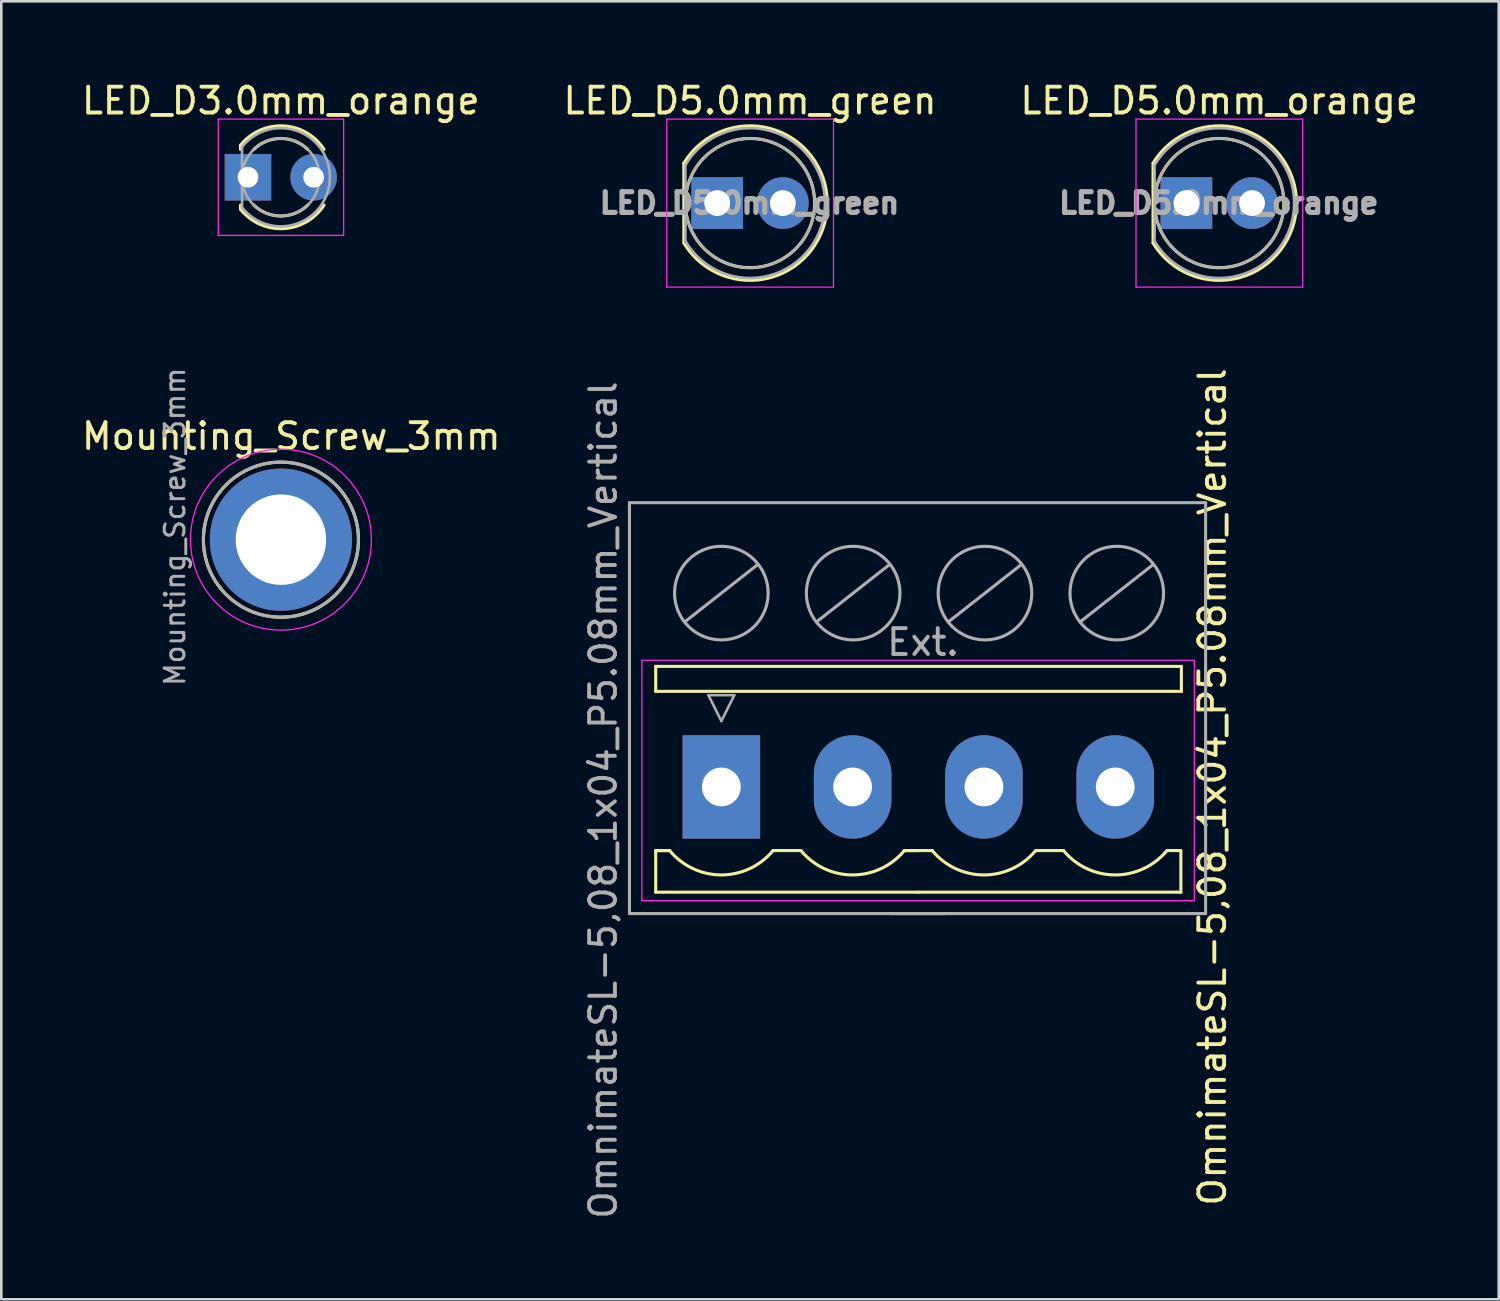
<source format=kicad_pcb>
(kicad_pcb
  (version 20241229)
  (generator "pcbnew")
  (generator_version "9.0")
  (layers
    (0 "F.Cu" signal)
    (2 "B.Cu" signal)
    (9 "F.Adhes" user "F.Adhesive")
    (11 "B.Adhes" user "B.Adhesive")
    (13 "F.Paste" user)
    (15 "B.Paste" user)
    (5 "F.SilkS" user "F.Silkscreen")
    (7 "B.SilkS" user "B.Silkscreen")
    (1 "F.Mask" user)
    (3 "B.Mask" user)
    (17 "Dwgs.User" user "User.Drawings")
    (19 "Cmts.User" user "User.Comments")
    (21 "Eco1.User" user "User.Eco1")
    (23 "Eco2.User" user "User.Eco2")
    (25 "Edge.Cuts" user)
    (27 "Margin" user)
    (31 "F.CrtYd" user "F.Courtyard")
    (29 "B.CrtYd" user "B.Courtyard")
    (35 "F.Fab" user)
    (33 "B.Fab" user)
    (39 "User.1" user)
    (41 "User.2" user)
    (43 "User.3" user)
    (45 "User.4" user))
  (footprint "LED_D5.0mm_orange"
    (layer "F.Cu")
    (at 42.855 4.808)
    (property "Reference" "LED_D5.0mm_orange" (at 1.27 -3.96 0) (layer "F.SilkS") (effects (font (size 1 1) (thickness 0.15))))
    (attr through_hole)
    (fp_line (start -1.29 -1.545) (end -1.29 1.545) (stroke (width 0.12) (type solid)) (layer "F.SilkS"))
    (fp_arc (start -1.29 -1.54483) (mid 2.072002 -2.880433) (end 4.26 0.000462) (stroke (width 0.12) (type solid)) (layer "F.SilkS"))
    (fp_arc (start 4.26 -0.000462) (mid 2.072002 2.880433) (end -1.29 1.54483) (stroke (width 0.12) (type solid)) (layer "F.SilkS"))
    (fp_circle (center 1.27 0) (end 3.77 0) (stroke (width 0.12) (type solid)) (fill no) (layer "F.SilkS"))
    (fp_line (start -1.95 -3.25) (end -1.95 3.25) (stroke (width 0.05) (type solid)) (layer "F.CrtYd"))
    (fp_line (start -1.95 3.25) (end 4.5 3.25) (stroke (width 0.05) (type solid)) (layer "F.CrtYd"))
    (fp_line (start 4.5 -3.25) (end -1.95 -3.25) (stroke (width 0.05) (type solid)) (layer "F.CrtYd"))
    (fp_line (start 4.5 3.25) (end 4.5 -3.25) (stroke (width 0.05) (type solid)) (layer "F.CrtYd"))
    (fp_line (start -1.23 -1.47) (end -1.23 1.47) (stroke (width 0.1) (type solid)) (layer "F.Fab"))
    (fp_arc (start -1.23 -1.469694) (mid 4.17 0.000016) (end -1.230016 1.469666) (stroke (width 0.1) (type solid)) (layer "F.Fab"))
    (fp_circle (center 1.27 0) (end 3.77 0) (stroke (width 0.1) (type solid)) (fill no) (layer "F.Fab"))
    (fp_text user "${REFERENCE}" (at 1.25 0 0) (layer "F.Fab") (effects (font (size 0.8 0.8) (thickness 0.2))))
    (pad "1" thru_hole rect (at 0 0) (size 2 2) (drill 1) (layers "*.Cu" "*.Mask"))
    (pad "2" thru_hole circle (at 2.54 0) (size 2 2) (drill 1) (layers "*.Cu" "*.Mask")))
  (footprint "LED_D5.0mm_green"
    (layer "F.Cu")
    (at 24.7 4.808)
    (property "Reference" "LED_D5.0mm_green" (at 1.27 -3.96 0) (layer "F.SilkS") (effects (font (size 1 1) (thickness 0.15))))
    (attr through_hole)
    (fp_line (start -1.29 -1.545) (end -1.29 1.545) (stroke (width 0.12) (type solid)) (layer "F.SilkS"))
    (fp_arc (start -1.29 -1.54483) (mid 2.072002 -2.880433) (end 4.26 0.000462) (stroke (width 0.12) (type solid)) (layer "F.SilkS"))
    (fp_arc (start 4.26 -0.000462) (mid 2.072002 2.880433) (end -1.29 1.54483) (stroke (width 0.12) (type solid)) (layer "F.SilkS"))
    (fp_circle (center 1.27 0) (end 3.77 0) (stroke (width 0.12) (type solid)) (fill no) (layer "F.SilkS"))
    (fp_line (start -1.95 -3.25) (end -1.95 3.25) (stroke (width 0.05) (type solid)) (layer "F.CrtYd"))
    (fp_line (start -1.95 3.25) (end 4.5 3.25) (stroke (width 0.05) (type solid)) (layer "F.CrtYd"))
    (fp_line (start 4.5 -3.25) (end -1.95 -3.25) (stroke (width 0.05) (type solid)) (layer "F.CrtYd"))
    (fp_line (start 4.5 3.25) (end 4.5 -3.25) (stroke (width 0.05) (type solid)) (layer "F.CrtYd"))
    (fp_line (start -1.23 -1.47) (end -1.23 1.47) (stroke (width 0.1) (type solid)) (layer "F.Fab"))
    (fp_arc (start -1.23 -1.469694) (mid 4.17 0.000016) (end -1.230016 1.469666) (stroke (width 0.1) (type solid)) (layer "F.Fab"))
    (fp_circle (center 1.27 0) (end 3.77 0) (stroke (width 0.1) (type solid)) (fill no) (layer "F.Fab"))
    (fp_text user "${REFERENCE}" (at 1.25 0 0) (layer "F.Fab") (effects (font (size 0.8 0.8) (thickness 0.2))))
    (pad "1" thru_hole rect (at 0 0) (size 2 2) (drill 1) (layers "*.Cu" "*.Mask"))
    (pad "2" thru_hole circle (at 2.54 0) (size 2 2) (drill 1) (layers "*.Cu" "*.Mask")))
  (footprint "Mounting_Screw_3mm"
    (layer "F.Cu")
    (at 7.82 17.831)
    (property "Reference" "Mounting_Screw_3mm" (at 0.4 -4 0) (layer "F.SilkS") (effects (font (size 1 1) (thickness 0.15))))
    (attr through_hole)
    (fp_circle (center 0 0) (end 3 0) (stroke (width 0.12) (type solid)) (fill no) (layer "F.SilkS"))
    (fp_circle (center 0 0) (end 3.5 0) (stroke (width 0.05) (type solid)) (fill no) (layer "F.CrtYd"))
    (fp_circle (center 0 0) (end 3 0) (stroke (width 0.12) (type solid)) (fill no) (layer "F.Fab"))
    (fp_text user "${REFERENCE}" (at -4.1 -0.5 90) (layer "F.Fab") (effects (font (size 0.76 0.76) (thickness 0.114))))
    (pad "1" thru_hole circle (at 0 0) (size 5.5 5.5) (drill 3.5) (layers "*.Cu" "*.Mask")))
  (footprint "LED_D3.0mm_orange"
    (layer "F.Cu")
    (at 6.545 3.808)
    (property "Reference" "LED_D3.0mm_orange" (at 1.27 -2.96 0) (layer "F.SilkS") (effects (font (size 1 1) (thickness 0.15))))
    (attr through_hole)
    (fp_line (start -0.29 -1.236) (end -0.29 -1.08) (stroke (width 0.12) (type solid)) (layer "F.SilkS"))
    (fp_line (start -0.29 1.08) (end -0.29 1.236) (stroke (width 0.12) (type solid)) (layer "F.SilkS"))
    (fp_arc (start -0.29 -1.235516) (mid 1.366487 -1.987659) (end 2.942335 -1.078608) (stroke (width 0.12) (type solid)) (layer "F.SilkS"))
    (fp_arc (start 0.229039 -1.08) (mid 1.270117 -1.5) (end 2.31113 -1.079837) (stroke (width 0.12) (type solid)) (layer "F.SilkS"))
    (fp_arc (start 2.31113 1.079837) (mid 1.270117 1.5) (end 0.229039 1.08) (stroke (width 0.12) (type solid)) (layer "F.SilkS"))
    (fp_arc (start 2.942335 1.078608) (mid 1.366487 1.987659) (end -0.29 1.235516) (stroke (width 0.12) (type solid)) (layer "F.SilkS"))
    (fp_line (start -1.15 -2.25) (end -1.15 2.25) (stroke (width 0.05) (type solid)) (layer "F.CrtYd"))
    (fp_line (start -1.15 2.25) (end 3.7 2.25) (stroke (width 0.05) (type solid)) (layer "F.CrtYd"))
    (fp_line (start 3.7 -2.25) (end -1.15 -2.25) (stroke (width 0.05) (type solid)) (layer "F.CrtYd"))
    (fp_line (start 3.7 2.25) (end 3.7 -2.25) (stroke (width 0.05) (type solid)) (layer "F.CrtYd"))
    (fp_line (start -0.23 -1.166) (end -0.23 1.166) (stroke (width 0.1) (type solid)) (layer "F.Fab"))
    (fp_arc (start -0.23 -1.16619) (mid 3.17 0.000452) (end -0.230555 1.165476) (stroke (width 0.1) (type solid)) (layer "F.Fab"))
    (fp_circle (center 1.27 0) (end 2.77 0) (stroke (width 0.1) (type solid)) (fill no) (layer "F.Fab"))
    (pad "1" thru_hole rect (at 0 0) (size 1.8 1.8) (drill 0.8) (layers "*.Cu" "*.Mask"))
    (pad "2" thru_hole circle (at 2.54 0) (size 1.8 1.8) (drill 0.8) (layers "*.Cu" "*.Mask")))
  (footprint "OmnimateSL-5,08_1x04_P5.08mm_Vertical"
    (layer "F.Cu")
    (at 24.861 27.399)
    (property "Reference" "OmnimateSL-5,08_1x04_P5.08mm_Vertical" (at 19 0 90) (layer "F.SilkS") (effects (font (size 1 1) (thickness 0.15))))
    (attr through_hole)
    (fp_line (start -2.54 -4.664) (end 17.8 -4.664) (stroke (width 0.12) (type solid)) (layer "F.SilkS"))
    (fp_line (start -2.54 -3.7) (end -2.54 -4.664) (stroke (width 0.12) (type solid)) (layer "F.SilkS"))
    (fp_line (start -2.54 -3.7) (end 17.8 -3.7) (stroke (width 0.12) (type solid)) (layer "F.SilkS"))
    (fp_line (start -2.54 4.072) (end -2.54 2.497) (stroke (width 0.12) (type solid)) (layer "F.SilkS"))
    (fp_line (start -2.54 4.072) (end 7.62 4.072) (stroke (width 0.12) (type solid)) (layer "F.SilkS"))
    (fp_line (start -2 2.462) (end -2.54 2.462) (stroke (width 0.12) (type solid)) (layer "F.SilkS"))
    (fp_line (start -2 2.462) (end -2.54 2.462) (stroke (width 0.12) (type solid)) (layer "F.SilkS"))
    (fp_line (start 2 2.462) (end 3.08 2.462) (stroke (width 0.12) (type solid)) (layer "F.SilkS"))
    (fp_line (start 7.62 2.462) (end 7.08 2.462) (stroke (width 0.12) (type solid)) (layer "F.SilkS"))
    (fp_line (start 7.62 2.462) (end 7.08 2.462) (stroke (width 0.12) (type solid)) (layer "F.SilkS"))
    (fp_line (start 7.62 4.072) (end 17.78 4.072) (stroke (width 0.12) (type solid)) (layer "F.SilkS"))
    (fp_line (start 8.16 2.462) (end 7.62 2.462) (stroke (width 0.12) (type solid)) (layer "F.SilkS"))
    (fp_line (start 12.16 2.462) (end 13.24 2.462) (stroke (width 0.12) (type solid)) (layer "F.SilkS"))
    (fp_line (start 17.78 2.462) (end 17.24 2.462) (stroke (width 0.12) (type solid)) (layer "F.SilkS"))
    (fp_line (start 17.78 4.072) (end 17.78 2.497) (stroke (width 0.12) (type solid)) (layer "F.SilkS"))
    (fp_line (start 17.8 -3.7) (end 17.8 -4.664) (stroke (width 0.12) (type solid)) (layer "F.SilkS"))
    (fp_arc (start 1.986842 2.477821) (mid -0.010289 3.404758) (end -2 2.462) (stroke (width 0.12) (type solid)) (layer "F.SilkS"))
    (fp_arc (start 7.066842 2.477821) (mid 5.069711 3.404758) (end 3.08 2.462) (stroke (width 0.12) (type solid)) (layer "F.SilkS"))
    (fp_arc (start 12.146842 2.477821) (mid 10.149711 3.404758) (end 8.16 2.462) (stroke (width 0.12) (type solid)) (layer "F.SilkS"))
    (fp_arc (start 17.226842 2.477821) (mid 15.229711 3.404758) (end 13.24 2.462) (stroke (width 0.12) (type solid)) (layer "F.SilkS"))
    (fp_line (start -3.076 -4.9) (end 18.3 -4.9) (stroke (width 0.05) (type solid)) (layer "F.CrtYd"))
    (fp_line (start -3.076 4.4) (end -3.076 -4.9) (stroke (width 0.05) (type solid)) (layer "F.CrtYd"))
    (fp_line (start 18.3 -4.9) (end 18.3 4.4) (stroke (width 0.05) (type solid)) (layer "F.CrtYd"))
    (fp_line (start 18.3 4.4) (end -3.076 4.4) (stroke (width 0.05) (type solid)) (layer "F.CrtYd"))
    (fp_line (start -3.556 -11) (end 18.736 -11) (stroke (width 0.12) (type solid)) (layer "F.Fab"))
    (fp_line (start -3.556 4.9) (end -3.556 -11) (stroke (width 0.12) (type solid)) (layer "F.Fab"))
    (fp_line (start -1.4 -6.4) (end 1.4 -8.6) (stroke (width 0.12) (type solid)) (layer "F.Fab"))
    (fp_line (start -0.5 -3.55) (end 0.5 -3.55) (stroke (width 0.1) (type solid)) (layer "F.Fab"))
    (fp_line (start 0 -2.55) (end -0.5 -3.55) (stroke (width 0.1) (type solid)) (layer "F.Fab"))
    (fp_line (start 0.5 -3.55) (end 0 -2.55) (stroke (width 0.1) (type solid)) (layer "F.Fab"))
    (fp_line (start 3.7 -6.4) (end 6.5 -8.6) (stroke (width 0.12) (type solid)) (layer "F.Fab"))
    (fp_line (start 8.636 4.9) (end -3.556 4.9) (stroke (width 0.12) (type solid)) (layer "F.Fab"))
    (fp_line (start 8.8 -6.4) (end 11.6 -8.6) (stroke (width 0.12) (type solid)) (layer "F.Fab"))
    (fp_line (start 13.9 -6.4) (end 16.7 -8.6) (stroke (width 0.12) (type solid)) (layer "F.Fab"))
    (fp_line (start 18.736 -11) (end 18.736 4.9) (stroke (width 0.12) (type solid)) (layer "F.Fab"))
    (fp_line (start 18.736 4.9) (end 6.544 4.9) (stroke (width 0.12) (type solid)) (layer "F.Fab"))
    (fp_circle (center 0 -7.5) (end 1.8 -7.3) (stroke (width 0.12) (type solid)) (fill no) (layer "F.Fab"))
    (fp_circle (center 5.1 -7.5) (end 6.9 -7.3) (stroke (width 0.12) (type solid)) (fill no) (layer "F.Fab"))
    (fp_circle (center 10.2 -7.5) (end 12 -7.3) (stroke (width 0.12) (type solid)) (fill no) (layer "F.Fab"))
    (fp_circle (center 15.3 -7.5) (end 17.1 -7.3) (stroke (width 0.12) (type solid)) (fill no) (layer "F.Fab"))
    (fp_text user "${REFERENCE}" (at -4.572 0.508 90) (layer "F.Fab") (effects (font (size 1 1) (thickness 0.15))))
    (fp_text user "Ext." (at 7.8 -5.6 180) (layer "F.Fab") (effects (font (size 1 1) (thickness 0.15))))
    (pad "1" thru_hole rect (at 0 0) (size 3 4) (drill 1.5) (layers "*.Cu" "*.Mask"))
    (pad "2" thru_hole oval (at 5.08 0) (size 3 4) (drill 1.5) (layers "*.Cu" "*.Mask"))
    (pad "3" thru_hole oval (at 10.16 0) (size 3 4) (drill 1.5) (layers "*.Cu" "*.Mask"))
    (pad "4" thru_hole oval (at 15.24 0) (size 3 4) (drill 1.5) (layers "*.Cu" "*.Mask")))
  (gr_rect
    (start -3 -3)
    (end 54.94 47.222)
    (stroke (width 0.1) (type default))
    (fill no)
    (layer "Edge.Cuts")))
</source>
